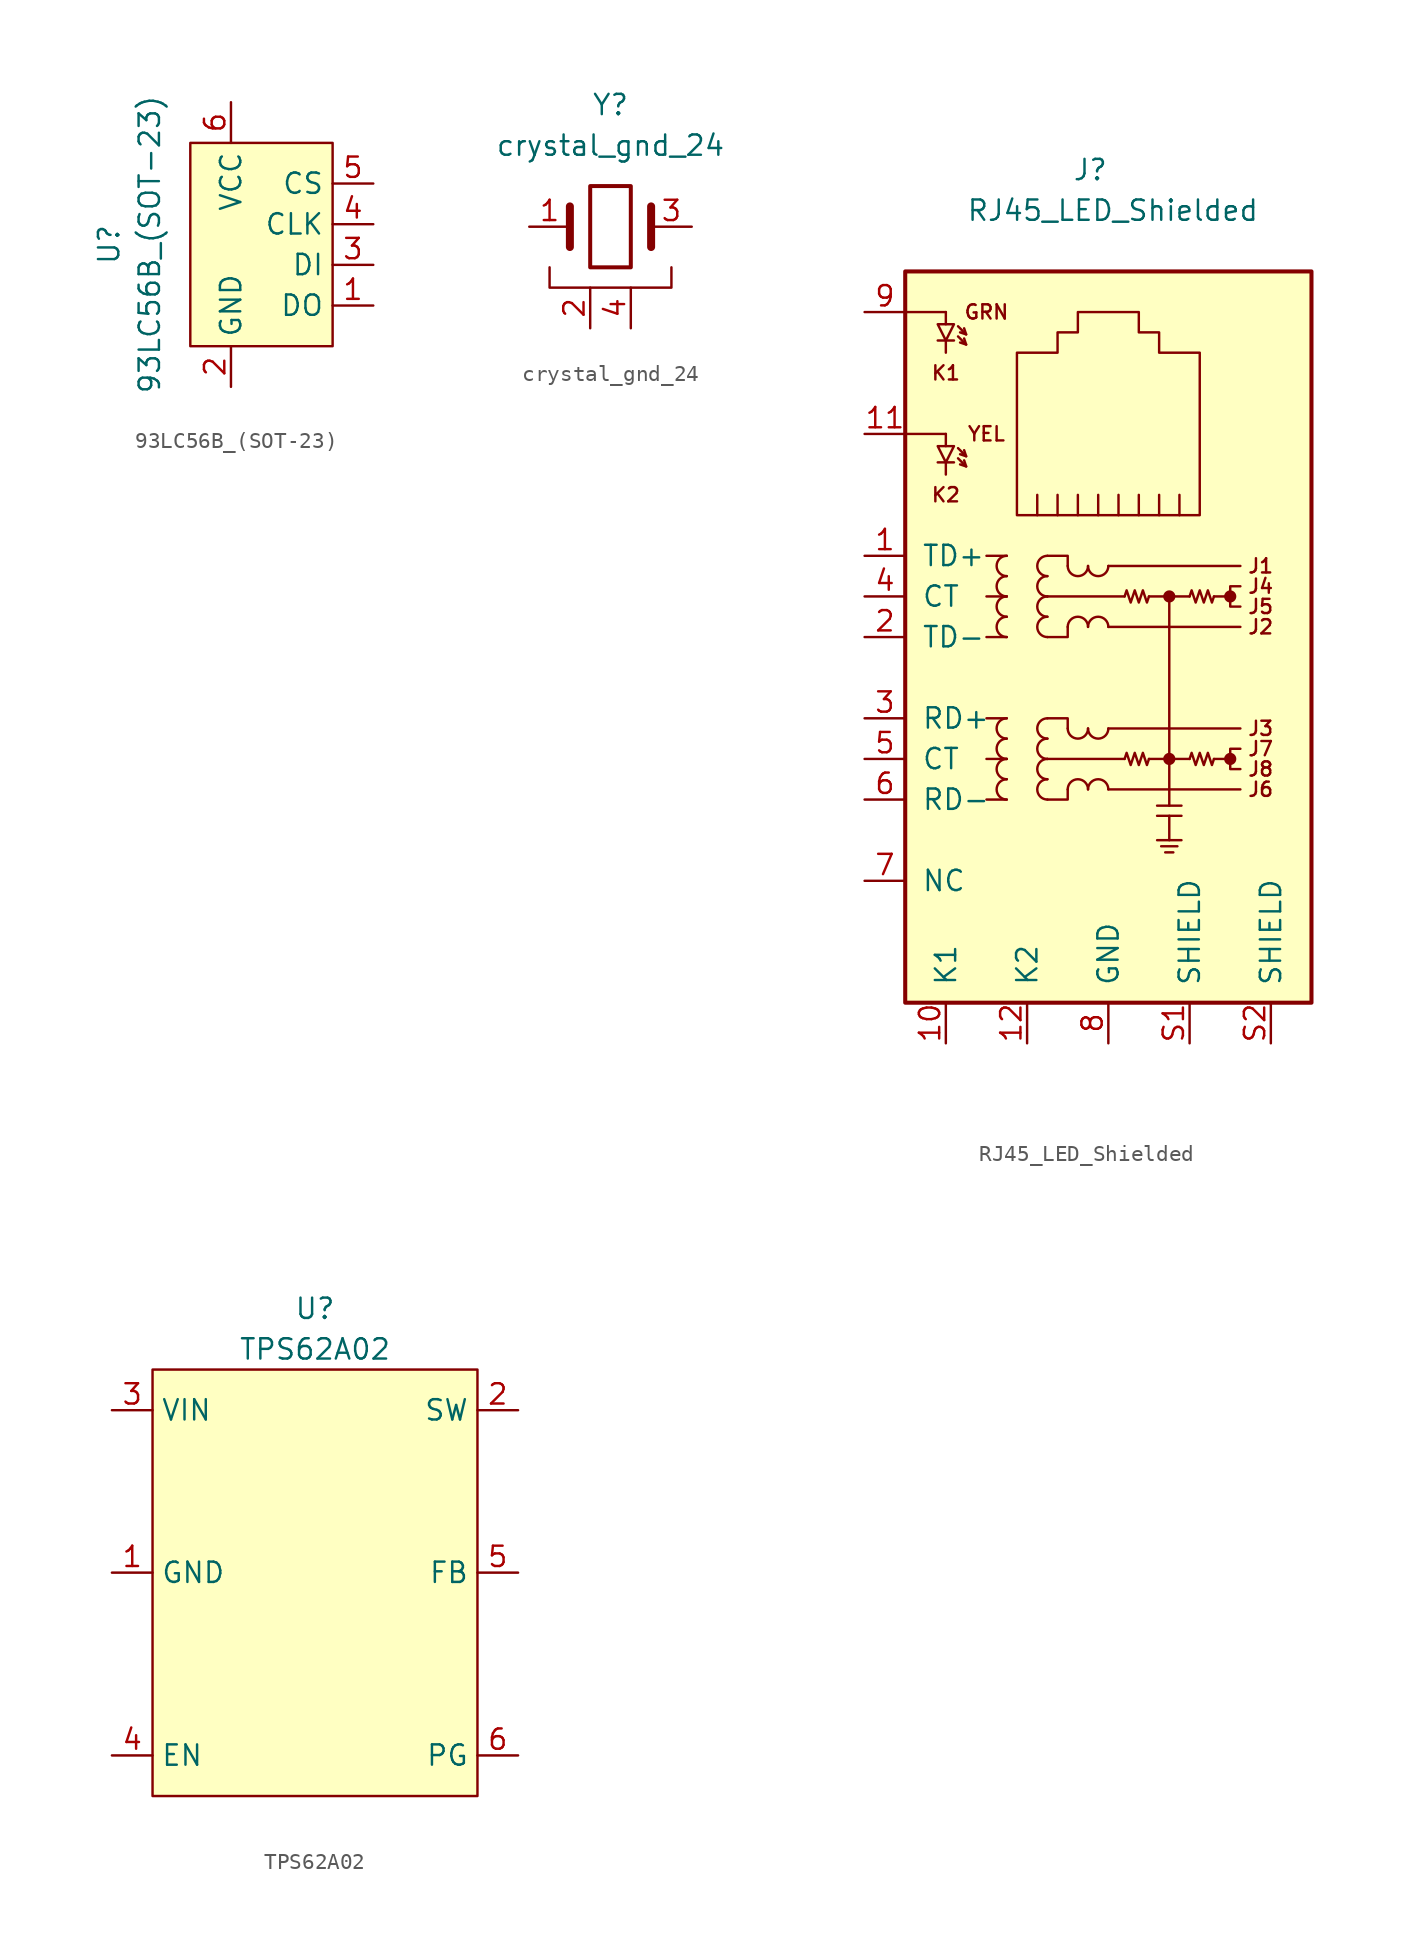
<source format=kicad_sym>
(kicad_symbol_lib
  (version 20220914)
  (generator kicad_symbol_editor)
  (symbol "93LC56B_(SOT-23)"
    (property "Reference" "U"
      (at -10.16 0 90)
      (effects (font (size 1.27 1.27))))
    (property "Value" "93LC56B_(SOT-23)"
      (at -7.62 0 90)
      (effects (font (size 1.27 1.27))))
    (symbol "93LC56B_(SOT-23)_0_1"
      (rectangle (start -5.08 6.35) (end 3.81 -6.35) (stroke (width 0) (type default)) (fill (type background))))
    (symbol "93LC56B_(SOT-23)_1_1"
      (pin output line (at 6.35 -3.81 180) (length 2.54) (name "DO" (effects (font (size 1.27 1.27)))) (number "1" (effects (font (size 1.27 1.27)))))
      (pin passive line (at -2.54 -8.89 90) (length 2.54) (name "GND" (effects (font (size 1.27 1.27)))) (number "2" (effects (font (size 1.27 1.27)))))
      (pin input line (at 6.35 -1.27 180) (length 2.54) (name "DI" (effects (font (size 1.27 1.27)))) (number "3" (effects (font (size 1.27 1.27)))))
      (pin input line (at 6.35 1.27 180) (length 2.54) (name "CLK" (effects (font (size 1.27 1.27)))) (number "4" (effects (font (size 1.27 1.27)))))
      (pin input line (at 6.35 3.81 180) (length 2.54) (name "CS" (effects (font (size 1.27 1.27)))) (number "5" (effects (font (size 1.27 1.27)))))
      (pin input line (at -2.54 8.89 270) (length 2.54) (name "VCC" (effects (font (size 1.27 1.27)))) (number "6" (effects (font (size 1.27 1.27)))))))
  (symbol "crystal_gnd_24"
    (property "Reference" "Y"
      (at 0 7.62 0)
      (effects (font (size 1.27 1.27))))
    (property "Value" "crystal_gnd_24"
      (at 0 5.08 0)
      (effects (font (size 1.27 1.27))))
    (symbol "crystal_gnd_24_0_1"
      (rectangle (start -1.27 2.54) (end 1.27 -2.54) (stroke (width 0.25) (type default)) (fill (type none)))
      (polyline (pts (xy -2.54 -1.27) (xy -2.54 1.27)) (stroke (width 0.5) (type default)) (fill (type none)))
      (polyline (pts (xy 2.54 -1.27) (xy 2.54 1.27)) (stroke (width 0.5) (type default)) (fill (type none)))
      (polyline (pts (xy -3.81 -2.54) (xy -3.81 -3.81) (xy 3.81 -3.81) (xy 3.81 -2.54)) (stroke (width 0) (type default)) (fill (type none))))
    (symbol "crystal_gnd_24_1_1"
      (pin passive line (at -5.08 0 0) (length 2.54) (name "" (effects (font (size 1.27 1.27)))) (number "1" (effects (font (size 1.27 1.27)))))
      (pin passive line (at -1.27 -6.35 90) (length 2.54) (name "" (effects (font (size 1.27 1.27)))) (number "2" (effects (font (size 1.27 1.27)))))
      (pin passive line (at 5.08 0 180) (length 2.54) (name "" (effects (font (size 1.27 1.27)))) (number "3" (effects (font (size 1.27 1.27)))))
      (pin passive line (at 1.27 -6.35 90) (length 2.54) (name "" (effects (font (size 1.27 1.27)))) (number "4" (effects (font (size 1.27 1.27)))))))
  (symbol "RJ45_LED_Shielded"
    (pin_names
      (offset 1.016))
    (property "Reference" "J"
      (at 0 27.94 0)
      (effects (font (size 1.27 1.27)) (justify right)))
    (property "Value" "RJ45_LED_Shielded"
      (at -8.89 25.4 0)
      (effects (font (size 1.27 1.27)) (justify left)))
    (symbol "RJ45_LED_Shielded_0_0"
      (polyline (pts (xy 3.048 -13.97) (xy 4.572 -13.97)) (stroke (width 0) (type default)) (fill (type none)))
      (polyline (pts (xy 3.302 -14.351) (xy 4.318 -14.351)) (stroke (width 0) (type default)) (fill (type none)))
      (polyline (pts (xy 3.556 -14.732) (xy 4.064 -14.732)) (stroke (width 0) (type default)) (fill (type none)))
      (polyline (pts (xy 3.81 -12.446) (xy 3.81 -13.97)) (stroke (width 0) (type default)) (fill (type none)))
      (polyline (pts (xy 3.81 1.27) (xy 3.81 -11.811)) (stroke (width 0) (type default)) (fill (type none)))
      (polyline (pts (xy 4.572 -12.446) (xy 3.048 -12.446)) (stroke (width 0) (type default)) (fill (type none)))
      (polyline (pts (xy 4.572 -11.811) (xy 3.048 -11.811)) (stroke (width 0) (type default)) (fill (type none)))
      (polyline (pts (xy 7.62 -8.89) (xy 6.604 -8.89)) (stroke (width 0) (type default)) (fill (type none)))
      (polyline (pts (xy 7.62 1.27) (xy 6.604 1.27)) (stroke (width 0) (type default)) (fill (type none)))
      (polyline (pts (xy 8.255 -8.255) (xy 7.62 -8.255) (xy 7.62 -9.525) (xy 8.255 -9.525)) (stroke (width 0) (type default)) (fill (type none)))
      (polyline (pts (xy 8.255 1.905) (xy 7.62 1.905) (xy 7.62 0.635) (xy 8.255 0.635)) (stroke (width 0) (type default)) (fill (type none)))
      (circle (center 3.81 -8.89) (radius 0.254) (stroke (width 0.254) (type default)) (fill (type outline)))
      (circle (center 3.81 1.27) (radius 0.254) (stroke (width 0.254) (type default)) (fill (type outline)))
      (circle (center 7.62 -8.89) (radius 0.254) (stroke (width 0.254) (type default)) (fill (type outline)))
      (circle (center 7.62 1.27) (radius 0.254) (stroke (width 0.254) (type default)) (fill (type outline)))
      (text "GRN" (at -7.62 19.05 0) (effects (font (size 0.889 0.889))))
      (text "J1" (at 9.525 3.175 0) (effects (font (size 0.889 0.889))))
      (text "J2" (at 9.525 -0.635 0) (effects (font (size 0.889 0.889))))
      (text "J3" (at 9.525 -6.985 0) (effects (font (size 0.889 0.889))))
      (text "J4" (at 9.525 1.905 0) (effects (font (size 0.889 0.889))))
      (text "J5" (at 9.525 0.635 0) (effects (font (size 0.889 0.889))))
      (text "J6" (at 9.525 -10.795 0) (effects (font (size 0.889 0.889))))
      (text "J7" (at 9.525 -8.255 0) (effects (font (size 0.889 0.889))))
      (text "J8" (at 9.525 -9.525 0) (effects (font (size 0.889 0.889))))
      (text "YEL" (at -7.62 11.43 0) (effects (font (size 0.889 0.889)))))
    (symbol "RJ45_LED_Shielded_0_1"
      (rectangle (start -12.7 21.59) (end 12.7 -24.13) (stroke (width 0.254) (type default)) (fill (type background)))
      (arc (start -6.35 -10.16) (mid -6.98 -10.795) (end -6.35 -11.43) (stroke (width 0) (type default)) (fill (type none)))
      (arc (start -6.35 -8.89) (mid -6.98 -9.525) (end -6.35 -10.16) (stroke (width 0) (type default)) (fill (type none)))
      (arc (start -6.35 -7.62) (mid -6.98 -8.255) (end -6.35 -8.89) (stroke (width 0) (type default)) (fill (type none)))
      (arc (start -6.35 -6.35) (mid -6.98 -6.985) (end -6.35 -7.62) (stroke (width 0) (type default)) (fill (type none)))
      (arc (start -6.35 0) (mid -6.98 -0.635) (end -6.35 -1.27) (stroke (width 0) (type default)) (fill (type none)))
      (arc (start -6.35 1.27) (mid -6.98 0.635) (end -6.35 0) (stroke (width 0) (type default)) (fill (type none)))
      (arc (start -6.35 2.54) (mid -6.98 1.905) (end -6.35 1.27) (stroke (width 0) (type default)) (fill (type none)))
      (arc (start -6.35 3.81) (mid -6.98 3.175) (end -6.35 2.54) (stroke (width 0) (type default)) (fill (type none)))
      (arc (start -3.81 -10.16) (mid -4.44 -10.79) (end -3.81 -11.43) (stroke (width 0) (type default)) (fill (type none)))
      (arc (start -3.81 -8.89) (mid -4.44 -9.52) (end -3.81 -10.16) (stroke (width 0) (type default)) (fill (type none)))
      (arc (start -3.81 -7.62) (mid -4.44 -8.25) (end -3.81 -8.89) (stroke (width 0) (type default)) (fill (type none)))
      (arc (start -3.81 -6.35) (mid -4.44 -6.98) (end -3.81 -7.62) (stroke (width 0) (type default)) (fill (type none)))
      (arc (start -3.81 0) (mid -4.44 -0.63) (end -3.81 -1.27) (stroke (width 0) (type default)) (fill (type none)))
      (arc (start -3.81 1.27) (mid -4.44 0.64) (end -3.81 0) (stroke (width 0) (type default)) (fill (type none)))
      (arc (start -3.81 2.54) (mid -4.44 1.91) (end -3.81 1.27) (stroke (width 0) (type default)) (fill (type none)))
      (arc (start -3.81 3.81) (mid -4.44 3.18) (end -3.81 2.54) (stroke (width 0) (type default)) (fill (type none)))
      (arc (start -2.54 -6.985) (mid -1.905 -7.6173) (end -1.27 -6.985) (stroke (width 0) (type default)) (fill (type none)))
      (arc (start -2.54 3.175) (mid -1.905 2.5427) (end -1.27 3.175) (stroke (width 0) (type default)) (fill (type none)))
      (arc (start -1.27 -10.795) (mid -1.905 -10.1627) (end -2.54 -10.795) (stroke (width 0) (type default)) (fill (type none)))
      (arc (start -1.27 -6.985) (mid -0.635 -7.6173) (end 0 -6.985) (stroke (width 0) (type default)) (fill (type none)))
      (arc (start -1.27 -0.635) (mid -1.905 -0.0027) (end -2.54 -0.635) (stroke (width 0) (type default)) (fill (type none)))
      (arc (start -1.27 3.175) (mid -0.635 2.5427) (end 0 3.175) (stroke (width 0) (type default)) (fill (type none)))
      (arc (start 0 -10.795) (mid -0.635 -10.1627) (end -1.27 -10.795) (stroke (width 0) (type default)) (fill (type none)))
      (arc (start 0 -0.635) (mid -0.635 -0.0027) (end -1.27 -0.635) (stroke (width 0) (type default)) (fill (type none)))
      (polyline (pts (xy -12.7 11.43) (xy -10.16 11.43)) (stroke (width 0) (type default)) (fill (type none)))
      (polyline (pts (xy -12.7 19.05) (xy -10.16 19.05)) (stroke (width 0) (type default)) (fill (type none)))
      (polyline (pts (xy -10.16 8.89) (xy -10.16 9.652)) (stroke (width 0) (type default)) (fill (type none)))
      (polyline (pts (xy -10.16 11.43) (xy -10.16 10.668)) (stroke (width 0) (type default)) (fill (type none)))
      (polyline (pts (xy -10.16 16.51) (xy -10.16 17.272)) (stroke (width 0) (type default)) (fill (type none)))
      (polyline (pts (xy -10.16 19.05) (xy -10.16 18.288)) (stroke (width 0) (type default)) (fill (type none)))
      (polyline (pts (xy -9.652 9.652) (xy -10.668 9.652)) (stroke (width 0) (type default)) (fill (type none)))
      (polyline (pts (xy -9.652 17.272) (xy -10.668 17.272)) (stroke (width 0) (type default)) (fill (type none)))
      (polyline (pts (xy -8.89 9.398) (xy -9.017 9.779)) (stroke (width 0) (type default)) (fill (type none)))
      (polyline (pts (xy -8.89 10.033) (xy -9.017 10.414)) (stroke (width 0) (type default)) (fill (type none)))
      (polyline (pts (xy -8.89 17.018) (xy -9.017 17.399)) (stroke (width 0) (type default)) (fill (type none)))
      (polyline (pts (xy -8.89 17.653) (xy -9.017 18.034)) (stroke (width 0) (type default)) (fill (type none)))
      (polyline (pts (xy -6.35 -11.43) (xy -7.62 -11.43)) (stroke (width 0) (type default)) (fill (type none)))
      (polyline (pts (xy -6.35 -8.89) (xy -7.62 -8.89)) (stroke (width 0) (type default)) (fill (type none)))
      (polyline (pts (xy -6.35 -6.35) (xy -7.62 -6.35)) (stroke (width 0) (type default)) (fill (type none)))
      (polyline (pts (xy -6.35 -1.27) (xy -7.62 -1.27)) (stroke (width 0) (type default)) (fill (type none)))
      (polyline (pts (xy -6.35 1.27) (xy -7.62 1.27)) (stroke (width 0) (type default)) (fill (type none)))
      (polyline (pts (xy -6.35 3.81) (xy -7.62 3.81)) (stroke (width 0) (type default)) (fill (type none)))
      (polyline (pts (xy 0 -10.795) (xy 8.255 -10.795)) (stroke (width 0) (type default)) (fill (type none)))
      (polyline (pts (xy 0 -6.985) (xy 8.255 -6.985)) (stroke (width 0) (type default)) (fill (type none)))
      (polyline (pts (xy 0 -0.635) (xy 8.255 -0.635)) (stroke (width 0) (type default)) (fill (type none)))
      (polyline (pts (xy 0 3.175) (xy 8.255 3.175)) (stroke (width 0) (type default)) (fill (type none)))
      (polyline (pts (xy 1.016 -8.89) (xy -3.81 -8.89)) (stroke (width 0) (type default)) (fill (type none)))
      (polyline (pts (xy 1.016 1.27) (xy -3.81 1.27)) (stroke (width 0) (type default)) (fill (type none)))
      (polyline (pts (xy 2.54 -8.89) (xy 5.08 -8.89)) (stroke (width 0) (type default)) (fill (type none)))
      (polyline (pts (xy 2.54 1.27) (xy 5.08 1.27)) (stroke (width 0) (type default)) (fill (type none)))
      (polyline (pts (xy 3.175 7.62) (xy 3.175 6.35)) (stroke (width 0) (type default)) (fill (type none)))
      (polyline (pts (xy 4.445 7.62) (xy 4.445 6.35)) (stroke (width 0) (type default)) (fill (type none)))
      (polyline (pts (xy -9.398 9.906) (xy -8.89 9.398) (xy -9.271 9.525)) (stroke (width 0) (type default)) (fill (type none)))
      (polyline (pts (xy -9.398 10.541) (xy -8.89 10.033) (xy -9.271 10.16)) (stroke (width 0) (type default)) (fill (type none)))
      (polyline (pts (xy -9.398 17.526) (xy -8.89 17.018) (xy -9.271 17.145)) (stroke (width 0) (type default)) (fill (type none)))
      (polyline (pts (xy -9.398 18.161) (xy -8.89 17.653) (xy -9.271 17.78)) (stroke (width 0) (type default)) (fill (type none)))
      (polyline (pts (xy -4.445 6.35) (xy -4.445 7.62) (xy -4.445 7.62)) (stroke (width 0) (type default)) (fill (type none)))
      (polyline (pts (xy -3.81 -6.35) (xy -2.54 -6.35) (xy -2.54 -6.985)) (stroke (width 0) (type default)) (fill (type none)))
      (polyline (pts (xy -3.81 3.81) (xy -2.54 3.81) (xy -2.54 3.175)) (stroke (width 0) (type default)) (fill (type none)))
      (polyline (pts (xy -3.175 6.35) (xy -3.175 7.62) (xy -3.175 7.62)) (stroke (width 0) (type default)) (fill (type none)))
      (polyline (pts (xy -2.54 -10.795) (xy -2.54 -11.43) (xy -3.81 -11.43)) (stroke (width 0) (type default)) (fill (type none)))
      (polyline (pts (xy -2.54 -0.635) (xy -2.54 -1.27) (xy -3.81 -1.27)) (stroke (width 0) (type default)) (fill (type none)))
      (polyline (pts (xy -1.905 6.35) (xy -1.905 7.62) (xy -1.905 7.62)) (stroke (width 0) (type default)) (fill (type none)))
      (polyline (pts (xy -0.635 6.35) (xy -0.635 7.62) (xy -0.635 7.62)) (stroke (width 0) (type default)) (fill (type none)))
      (polyline (pts (xy 0.635 6.35) (xy 0.635 7.62) (xy 0.635 7.62)) (stroke (width 0) (type default)) (fill (type none)))
      (polyline (pts (xy 1.905 7.62) (xy 1.905 6.35) (xy 1.905 6.35)) (stroke (width 0) (type default)) (fill (type none)))
      (polyline (pts (xy -10.16 9.652) (xy -9.652 10.668) (xy -10.668 10.668) (xy -10.16 9.652)) (stroke (width 0) (type default)) (fill (type none)))
      (polyline (pts (xy -10.16 17.272) (xy -9.652 18.288) (xy -10.668 18.288) (xy -10.16 17.272)) (stroke (width 0) (type default)) (fill (type none)))
      (polyline (pts (xy 1.016 -8.89) (xy 1.143 -8.509) (xy 1.397 -9.271) (xy 1.651 -8.509) (xy 1.905 -9.271) (xy 2.159 -8.509) (xy 2.413 -9.271) (xy 2.54 -8.89)) (stroke (width 0) (type default)) (fill (type none)))
      (polyline (pts (xy 2.54 1.27) (xy 2.413 0.889) (xy 2.159 1.651) (xy 1.905 0.889) (xy 1.651 1.651) (xy 1.397 0.889) (xy 1.143 1.651) (xy 1.016 1.27)) (stroke (width 0) (type default)) (fill (type none)))
      (polyline (pts (xy 5.08 -8.89) (xy 5.207 -8.509) (xy 5.461 -9.271) (xy 5.715 -8.509) (xy 5.969 -9.271) (xy 6.223 -8.509) (xy 6.477 -9.271) (xy 6.604 -8.89)) (stroke (width 0) (type default)) (fill (type none)))
      (polyline (pts (xy 5.08 1.27) (xy 5.207 1.651) (xy 5.461 0.889) (xy 5.715 1.651) (xy 5.969 0.889) (xy 6.223 1.651) (xy 6.477 0.889) (xy 6.604 1.27)) (stroke (width 0) (type default)) (fill (type none)))
      (polyline (pts (xy -5.715 6.35) (xy 5.715 6.35) (xy 5.715 16.51) (xy 3.175 16.51) (xy 3.175 17.78) (xy 1.905 17.78) (xy 1.905 19.05) (xy -1.905 19.05) (xy -1.905 17.78) (xy -3.175 17.78) (xy -3.175 16.51) (xy -5.715 16.51) (xy -5.715 6.35) (xy -5.715 6.35)) (stroke (width 0) (type default)) (fill (type none))))
    (symbol "RJ45_LED_Shielded_1_0"
      (text "K1" (at -10.16 15.24 0) (effects (font (size 0.889 0.889))))
      (text "K2" (at -10.16 7.62 0) (effects (font (size 0.889 0.889)))))
    (symbol "RJ45_LED_Shielded_1_1"
      (pin passive line (at -15.24 3.81 0) (length 2.54) (name "TD+" (effects (font (size 1.27 1.27)))) (number "1" (effects (font (size 1.27 1.27)))))
      (pin passive line (at -10.16 -26.67 90) (length 2.54) (name "K1" (effects (font (size 1.27 1.27)))) (number "10" (effects (font (size 1.27 1.27)))))
      (pin passive line (at -15.24 11.43 0) (length 2.54) (name "" (effects (font (size 1.27 1.27)))) (number "11" (effects (font (size 1.27 1.27)))))
      (pin passive line (at -5.08 -26.67 90) (length 2.54) (name "K2" (effects (font (size 1.27 1.27)))) (number "12" (effects (font (size 1.27 1.27)))))
      (pin passive line (at -15.24 -1.27 0) (length 2.54) (name "TD-" (effects (font (size 1.27 1.27)))) (number "2" (effects (font (size 1.27 1.27)))))
      (pin passive line (at -15.24 -6.35 0) (length 2.54) (name "RD+" (effects (font (size 1.27 1.27)))) (number "3" (effects (font (size 1.27 1.27)))))
      (pin passive line (at -15.24 1.27 0) (length 2.54) (name "CT" (effects (font (size 1.27 1.27)))) (number "4" (effects (font (size 1.27 1.27)))))
      (pin passive line (at -15.24 -8.89 0) (length 2.54) (name "CT" (effects (font (size 1.27 1.27)))) (number "5" (effects (font (size 1.27 1.27)))))
      (pin passive line (at -15.24 -11.43 0) (length 2.54) (name "RD-" (effects (font (size 1.27 1.27)))) (number "6" (effects (font (size 1.27 1.27)))))
      (pin passive line (at -15.24 -16.51 0) (length 2.54) (name "NC" (effects (font (size 1.27 1.27)))) (number "7" (effects (font (size 1.27 1.27)))))
      (pin passive line (at 0 -26.67 90) (length 2.54) (name "GND" (effects (font (size 1.27 1.27)))) (number "8" (effects (font (size 1.27 1.27)))))
      (pin passive line (at -15.24 19.05 0) (length 2.54) (name "" (effects (font (size 1.27 1.27)))) (number "9" (effects (font (size 1.27 1.27)))))
      (pin passive line (at 5.08 -26.67 90) (length 2.54) (name "SHIELD" (effects (font (size 1.27 1.27)))) (number "S1" (effects (font (size 1.27 1.27)))))
      (pin passive line (at 10.16 -26.67 90) (length 2.54) (name "SHIELD" (effects (font (size 1.27 1.27)))) (number "S2" (effects (font (size 1.27 1.27)))))))
  (symbol "TPS62A02"
    (property "Reference" "U"
      (at 0 16.51 0)
      (effects (font (size 1.27 1.27))))
    (property "Value" "TPS62A02"
      (at 0 13.97 0)
      (effects (font (size 1.27 1.27))))
    (symbol "TPS62A02_0_1"
      (rectangle (start -10.16 12.7) (end 10.16 -13.97) (stroke (width 0) (type default)) (fill (type background))))
    (symbol "TPS62A02_1_1"
      (pin input line (at -12.7 0 0) (length 2.54) (name "GND" (effects (font (size 1.27 1.27)))) (number "1" (effects (font (size 1.27 1.27)))))
      (pin output line (at 12.7 10.16 180) (length 2.54) (name "SW" (effects (font (size 1.27 1.27)))) (number "2" (effects (font (size 1.27 1.27)))))
      (pin input line (at -12.7 10.16 0) (length 2.54) (name "VIN" (effects (font (size 1.27 1.27)))) (number "3" (effects (font (size 1.27 1.27)))))
      (pin input line (at -12.7 -11.43 0) (length 2.54) (name "EN" (effects (font (size 1.27 1.27)))) (number "4" (effects (font (size 1.27 1.27)))))
      (pin input line (at 12.7 0 180) (length 2.54) (name "FB" (effects (font (size 1.27 1.27)))) (number "5" (effects (font (size 1.27 1.27)))))
      (pin output line (at 12.7 -11.43 180) (length 2.54) (name "PG" (effects (font (size 1.27 1.27)))) (number "6" (effects (font (size 1.27 1.27))))))))
</source>
